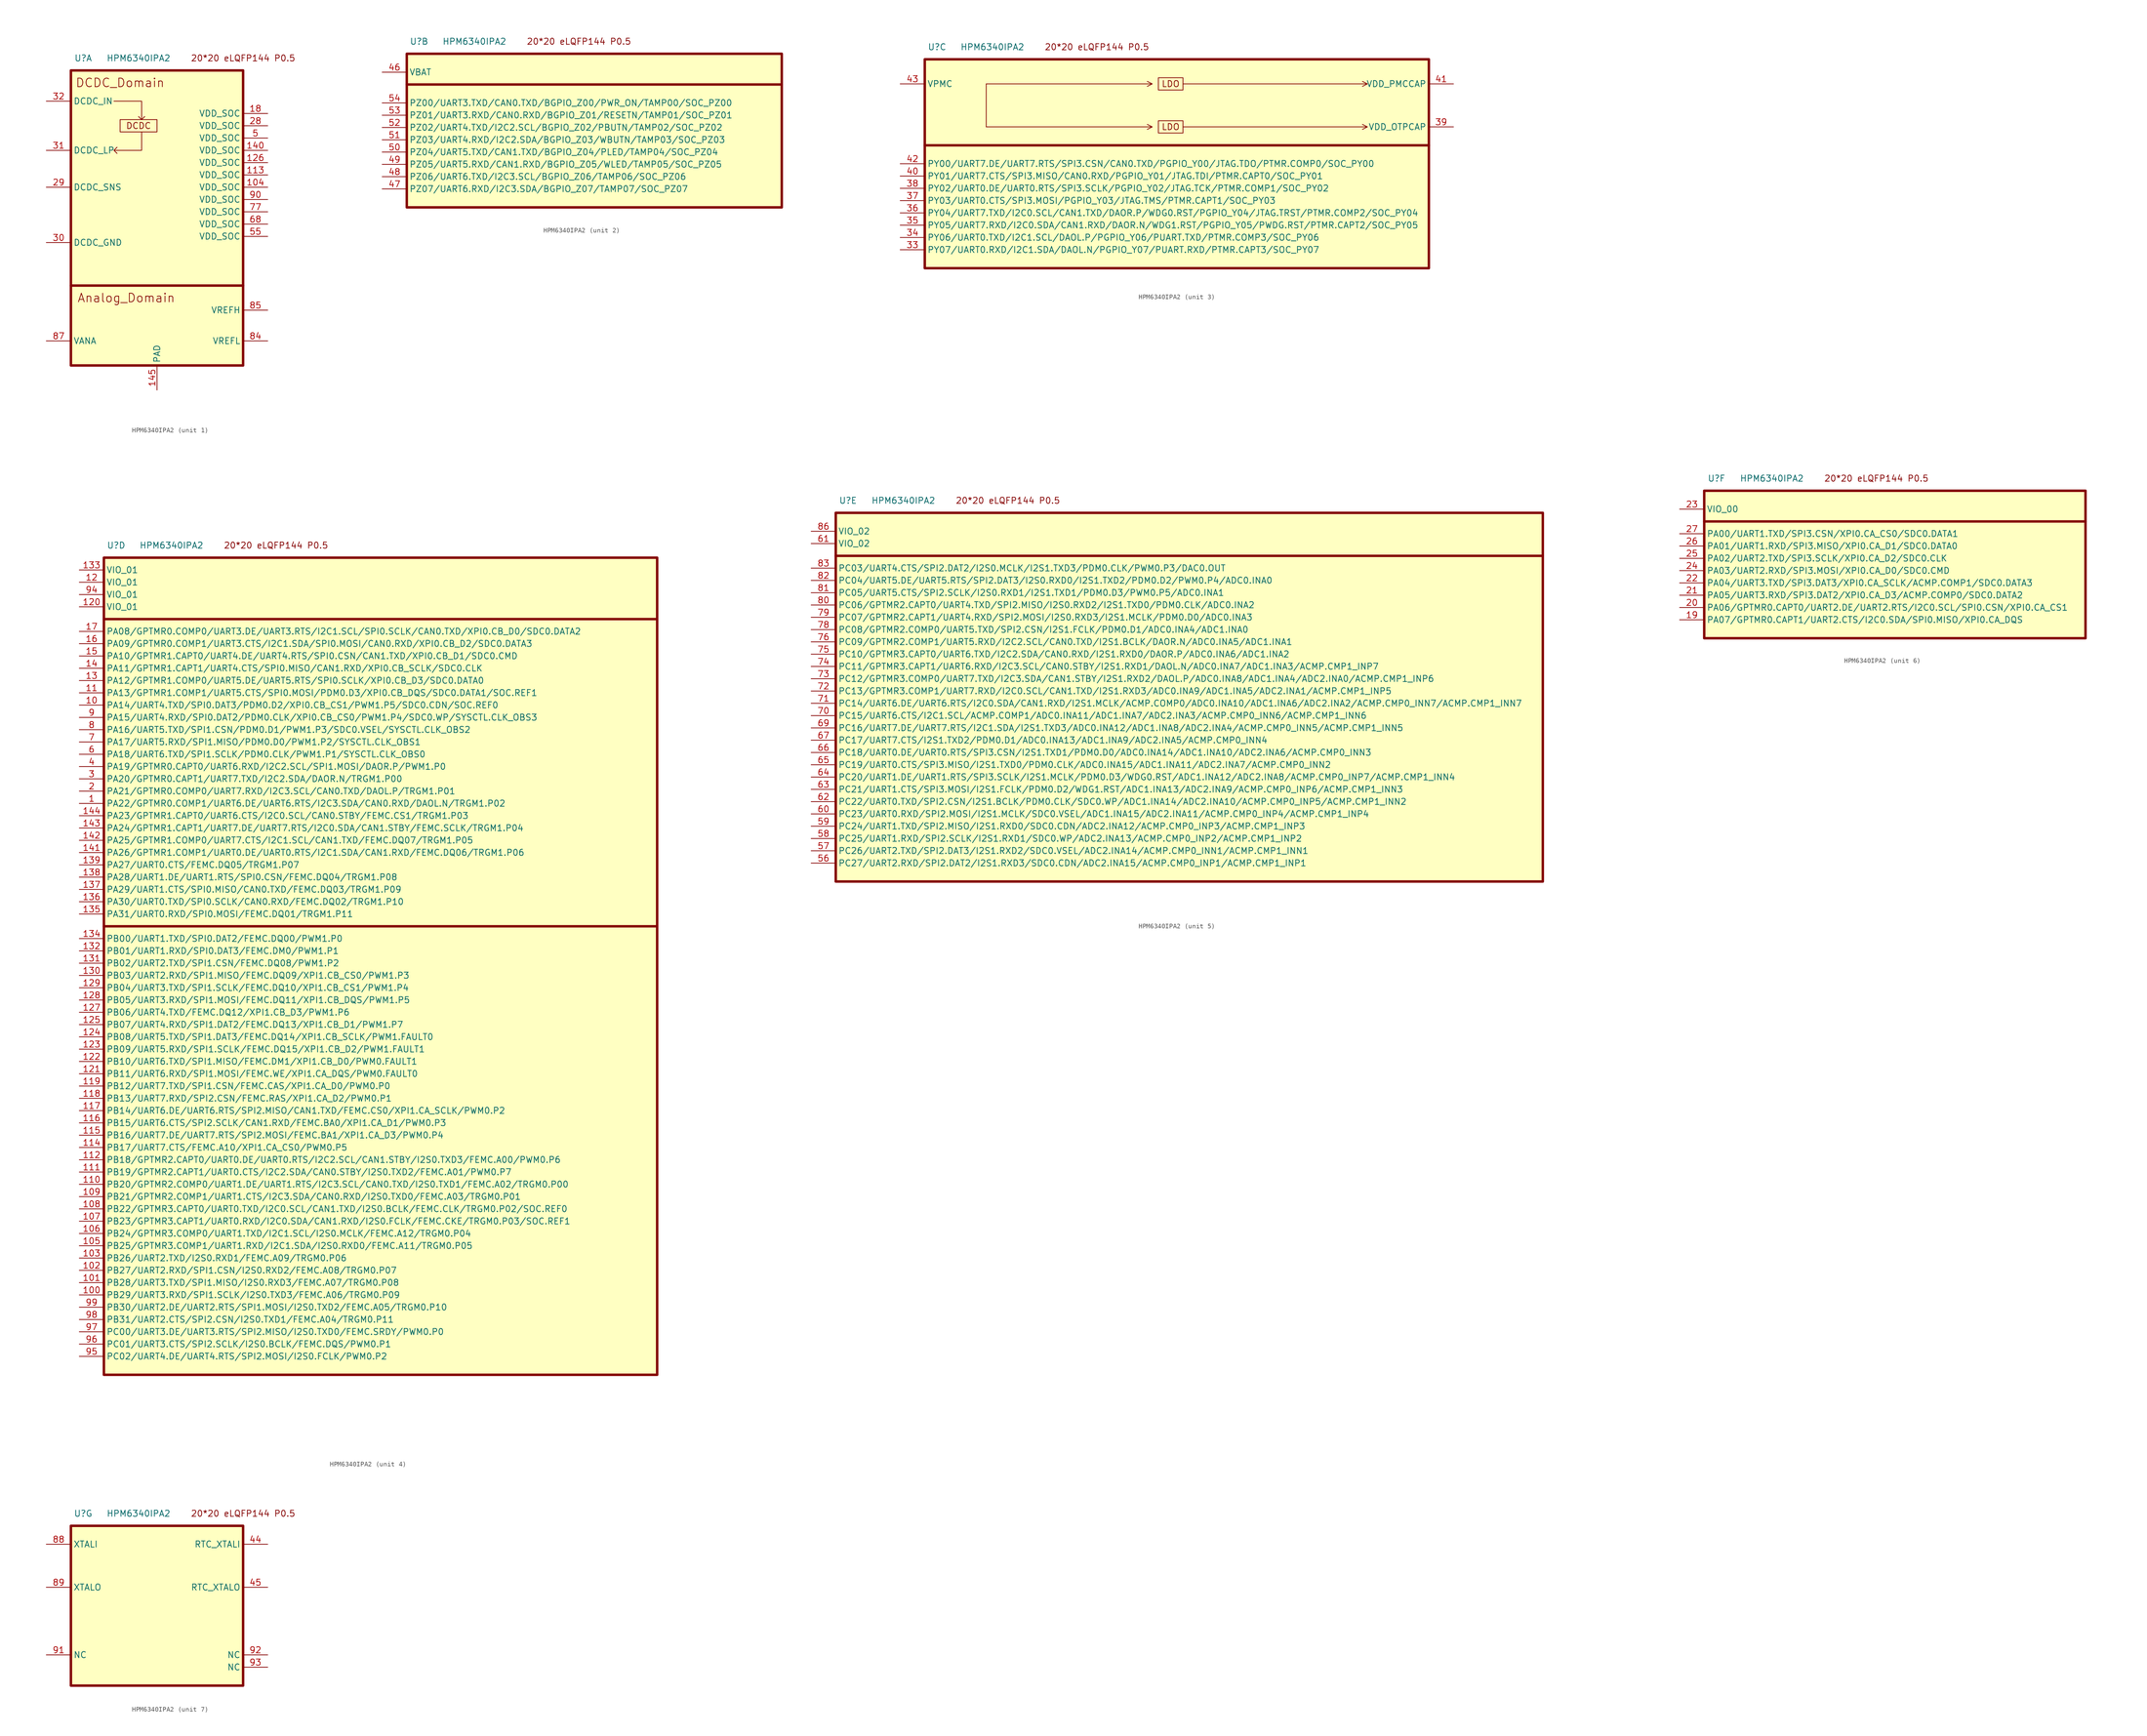
<source format=kicad_sym>
(kicad_symbol_lib
  (version 20220914)
  (generator kicad_symbol_editor)
  (symbol "HPM6340IPA2"
    (property "Reference" "U"
      (at 2.54 2.54 0)
      (effects (font (size 1.27 1.27))))
    (property "Value" "HPM6340IPA2"
      (at 13.97 2.54 0)
      (effects (font (size 1.27 1.27))))
    (property "ki_locked" ""
      (at 0 0 0)
      (effects (font (size 1.27 1.27))))
    (symbol "HPM6340IPA2_0_0"
      (text "20*20 eLQFP144 P0.5" (at 35.56 2.54 0) (effects (font (size 1.27 1.27)))))
    (symbol "HPM6340IPA2_1_1"
      (polyline (pts (xy 0 -44.45) (xy 35.56 -44.45)) (stroke (width 0.508) (type default)) (fill (type none)))
      (polyline (pts (xy 8.89 -6.35) (xy 14.605 -6.35) (xy 14.605 -10.16) (xy 13.97 -9.525) (xy 14.605 -10.16) (xy 15.24 -9.525)) (stroke (width 0) (type default)) (fill (type none)))
      (polyline (pts (xy 14.605 -12.7) (xy 14.605 -16.51) (xy 8.89 -16.51) (xy 9.525 -15.875) (xy 8.89 -16.51) (xy 9.525 -17.145)) (stroke (width 0) (type default)) (fill (type none)))
      (rectangle (start 0 0) (end 35.56 -60.96) (stroke (width 0.508) (type default)) (fill (type background)))
      (rectangle (start 10.16 -10.16) (end 17.78 -12.7) (stroke (width 0) (type default)) (fill (type none)))
      (text "Analog_Domain" (at 11.43 -46.99 0) (effects (font (size 1.778 1.778))))
      (text "DCDC" (at 13.97 -11.43 0) (effects (font (size 1.27 1.27))))
      (text "DCDC_Domain" (at 10.16 -2.54 0) (effects (font (size 1.778 1.778))))
      (pin power_in line (at 40.64 -24.13 180) (length 5.08) (name "VDD_SOC" (effects (font (size 1.27 1.27)))) (number "104" (effects (font (size 1.27 1.27)))))
      (pin power_in line (at 40.64 -21.59 180) (length 5.08) (name "VDD_SOC" (effects (font (size 1.27 1.27)))) (number "113" (effects (font (size 1.27 1.27)))))
      (pin power_in line (at 40.64 -19.05 180) (length 5.08) (name "VDD_SOC" (effects (font (size 1.27 1.27)))) (number "126" (effects (font (size 1.27 1.27)))))
      (pin power_in line (at 40.64 -16.51 180) (length 5.08) (name "VDD_SOC" (effects (font (size 1.27 1.27)))) (number "140" (effects (font (size 1.27 1.27)))))
      (pin power_out line (at 17.78 -66.04 90) (length 5.08) (name "PAD" (effects (font (size 1.27 1.27)))) (number "145" (effects (font (size 1.27 1.27)))))
      (pin power_in line (at 40.64 -8.89 180) (length 5.08) (name "VDD_SOC" (effects (font (size 1.27 1.27)))) (number "18" (effects (font (size 1.27 1.27)))))
      (pin power_in line (at 40.64 -11.43 180) (length 5.08) (name "VDD_SOC" (effects (font (size 1.27 1.27)))) (number "28" (effects (font (size 1.27 1.27)))))
      (pin input line (at -5.08 -24.13 0) (length 5.08) (name "DCDC_SNS" (effects (font (size 1.27 1.27)))) (number "29" (effects (font (size 1.27 1.27)))))
      (pin power_out line (at -5.08 -35.56 0) (length 5.08) (name "DCDC_GND" (effects (font (size 1.27 1.27)))) (number "30" (effects (font (size 1.27 1.27)))))
      (pin power_out line (at -5.08 -16.51 0) (length 5.08) (name "DCDC_LP" (effects (font (size 1.27 1.27)))) (number "31" (effects (font (size 1.27 1.27)))))
      (pin power_in line (at -5.08 -6.35 0) (length 5.08) (name "DCDC_IN" (effects (font (size 1.27 1.27)))) (number "32" (effects (font (size 1.27 1.27)))))
      (pin power_in line (at 40.64 -13.97 180) (length 5.08) (name "VDD_SOC" (effects (font (size 1.27 1.27)))) (number "5" (effects (font (size 1.27 1.27)))))
      (pin power_in line (at 40.64 -34.29 180) (length 5.08) (name "VDD_SOC" (effects (font (size 1.27 1.27)))) (number "55" (effects (font (size 1.27 1.27)))))
      (pin power_in line (at 40.64 -31.75 180) (length 5.08) (name "VDD_SOC" (effects (font (size 1.27 1.27)))) (number "68" (effects (font (size 1.27 1.27)))))
      (pin power_in line (at 40.64 -29.21 180) (length 5.08) (name "VDD_SOC" (effects (font (size 1.27 1.27)))) (number "77" (effects (font (size 1.27 1.27)))))
      (pin power_out line (at 40.64 -55.88 180) (length 5.08) (name "VREFL" (effects (font (size 1.27 1.27)))) (number "84" (effects (font (size 1.27 1.27)))))
      (pin power_in line (at 40.64 -49.53 180) (length 5.08) (name "VREFH" (effects (font (size 1.27 1.27)))) (number "85" (effects (font (size 1.27 1.27)))))
      (pin power_in line (at -5.08 -55.88 0) (length 5.08) (name "VANA" (effects (font (size 1.27 1.27)))) (number "87" (effects (font (size 1.27 1.27)))))
      (pin power_in line (at 40.64 -26.67 180) (length 5.08) (name "VDD_SOC" (effects (font (size 1.27 1.27)))) (number "90" (effects (font (size 1.27 1.27))))))
    (symbol "HPM6340IPA2_2_0"
      (polyline (pts (xy 0 -6.35) (xy 77.47 -6.35)) (stroke (width 0.5) (type default)) (fill (type none))))
    (symbol "HPM6340IPA2_2_1"
      (rectangle (start 0 0) (end 77.47 -31.75) (stroke (width 0.508) (type default)) (fill (type background)))
      (pin power_in line (at -5.08 -3.81 0) (length 5.08) (name "VBAT" (effects (font (size 1.27 1.27)))) (number "46" (effects (font (size 1.27 1.27)))))
      (pin bidirectional line (at -5.08 -27.94 0) (length 5.08) (name "PZ07/UART6.RXD/I2C3.SDA/BGPIO_Z07/TAMP07/SOC_PZ07" (effects (font (size 1.27 1.27)))) (number "47" (effects (font (size 1.27 1.27)))))
      (pin bidirectional line (at -5.08 -25.4 0) (length 5.08) (name "PZ06/UART6.TXD/I2C3.SCL/BGPIO_Z06/TAMP06/SOC_PZ06" (effects (font (size 1.27 1.27)))) (number "48" (effects (font (size 1.27 1.27)))))
      (pin bidirectional line (at -5.08 -22.86 0) (length 5.08) (name "PZ05/UART5.RXD/CAN1.RXD/BGPIO_Z05/WLED/TAMP05/SOC_PZ05" (effects (font (size 1.27 1.27)))) (number "49" (effects (font (size 1.27 1.27)))))
      (pin bidirectional line (at -5.08 -20.32 0) (length 5.08) (name "PZ04/UART5.TXD/CAN1.TXD/BGPIO_Z04/PLED/TAMP04/SOC_PZ04" (effects (font (size 1.27 1.27)))) (number "50" (effects (font (size 1.27 1.27)))))
      (pin bidirectional line (at -5.08 -17.78 0) (length 5.08) (name "PZ03/UART4.RXD/I2C2.SDA/BGPIO_Z03/WBUTN/TAMP03/SOC_PZ03" (effects (font (size 1.27 1.27)))) (number "51" (effects (font (size 1.27 1.27)))))
      (pin bidirectional line (at -5.08 -15.24 0) (length 5.08) (name "PZ02/UART4.TXD/I2C2.SCL/BGPIO_Z02/PBUTN/TAMP02/SOC_PZ02" (effects (font (size 1.27 1.27)))) (number "52" (effects (font (size 1.27 1.27)))))
      (pin bidirectional line (at -5.08 -12.7 0) (length 5.08) (name "PZ01/UART3.RXD/CAN0.RXD/BGPIO_Z01/RESETN/TAMP01/SOC_PZ01" (effects (font (size 1.27 1.27)))) (number "53" (effects (font (size 1.27 1.27)))))
      (pin bidirectional line (at -5.08 -10.16 0) (length 5.08) (name "PZ00/UART3.TXD/CAN0.TXD/BGPIO_Z00/PWR_ON/TAMP00/SOC_PZ00" (effects (font (size 1.27 1.27)))) (number "54" (effects (font (size 1.27 1.27))))))
    (symbol "HPM6340IPA2_3_0"
      (polyline (pts (xy 12.7 -13.97) (xy 46.99 -13.97) (xy 45.974 -13.462) (xy 46.99 -13.97) (xy 45.974 -14.478)) (stroke (width 0) (type default)) (fill (type none)))
      (polyline (pts (xy 12.7 -5.08) (xy 46.99 -5.08) (xy 45.974 -4.572) (xy 46.99 -5.08) (xy 45.974 -5.588)) (stroke (width 0) (type default)) (fill (type none)))
      (polyline (pts (xy 53.34 -13.97) (xy 91.44 -13.97) (xy 90.424 -13.462) (xy 91.44 -13.97) (xy 90.424 -14.478)) (stroke (width 0) (type default)) (fill (type none)))
      (polyline (pts (xy 53.34 -5.08) (xy 91.44 -5.08) (xy 90.424 -4.572) (xy 91.44 -5.08) (xy 90.424 -5.588)) (stroke (width 0) (type default)) (fill (type none))))
    (symbol "HPM6340IPA2_3_1"
      (polyline (pts (xy 0 -17.78) (xy 104.14 -17.78)) (stroke (width 0.508) (type default)) (fill (type none)))
      (polyline (pts (xy 12.7 -12.7) (xy 12.7 -5.08) (xy 12.7 -13.97)) (stroke (width 0) (type default)) (fill (type none)))
      (rectangle (start 0 0) (end 104.14 -43.18) (stroke (width 0.508) (type default)) (fill (type background)))
      (rectangle (start 48.26 -12.7) (end 53.34 -15.24) (stroke (width 0) (type default)) (fill (type none)))
      (rectangle (start 48.26 -3.81) (end 53.34 -6.35) (stroke (width 0) (type default)) (fill (type none)))
      (text "LDO" (at 50.8 -13.97 0) (effects (font (size 1.27 1.27))))
      (text "LDO" (at 50.8 -5.08 0) (effects (font (size 1.27 1.27))))
      (pin bidirectional line (at -5.08 -39.37 0) (length 5.08) (name "PY07/UART0.RXD/I2C1.SDA/DAOL.N/PGPIO_Y07/PUART.RXD/PTMR.CAPT3/SOC_PY07" (effects (font (size 1.27 1.27)))) (number "33" (effects (font (size 1.27 1.27)))))
      (pin bidirectional line (at -5.08 -36.83 0) (length 5.08) (name "PY06/UART0.TXD/I2C1.SCL/DAOL.P/PGPIO_Y06/PUART.TXD/PTMR.COMP3/SOC_PY06" (effects (font (size 1.27 1.27)))) (number "34" (effects (font (size 1.27 1.27)))))
      (pin bidirectional line (at -5.08 -34.29 0) (length 5.08) (name "PY05/UART7.RXD/I2C0.SDA/CAN1.RXD/DAOR.N/WDG1.RST/PGPIO_Y05/PWDG.RST/PTMR.CAPT2/SOC_PY05" (effects (font (size 1.27 1.27)))) (number "35" (effects (font (size 1.27 1.27)))))
      (pin bidirectional line (at -5.08 -31.75 0) (length 5.08) (name "PY04/UART7.TXD/I2C0.SCL/CAN1.TXD/DAOR.P/WDG0.RST/PGPIO_Y04/JTAG.TRST/PTMR.COMP2/SOC_PY04" (effects (font (size 1.27 1.27)))) (number "36" (effects (font (size 1.27 1.27)))))
      (pin bidirectional line (at -5.08 -29.21 0) (length 5.08) (name "PY03/UART0.CTS/SPI3.MOSI/PGPIO_Y03/JTAG.TMS/PTMR.CAPT1/SOC_PY03" (effects (font (size 1.27 1.27)))) (number "37" (effects (font (size 1.27 1.27)))))
      (pin bidirectional line (at -5.08 -26.67 0) (length 5.08) (name "PY02/UART0.DE/UART0.RTS/SPI3.SCLK/PGPIO_Y02/JTAG.TCK/PTMR.COMP1/SOC_PY02" (effects (font (size 1.27 1.27)))) (number "38" (effects (font (size 1.27 1.27)))))
      (pin power_out line (at 109.22 -13.97 180) (length 5.08) (name "VDD_OTPCAP" (effects (font (size 1.27 1.27)))) (number "39" (effects (font (size 1.27 1.27)))))
      (pin bidirectional line (at -5.08 -24.13 0) (length 5.08) (name "PY01/UART7.CTS/SPI3.MISO/CAN0.RXD/PGPIO_Y01/JTAG.TDI/PTMR.CAPT0/SOC_PY01" (effects (font (size 1.27 1.27)))) (number "40" (effects (font (size 1.27 1.27)))))
      (pin power_out line (at 109.22 -5.08 180) (length 5.08) (name "VDD_PMCCAP" (effects (font (size 1.27 1.27)))) (number "41" (effects (font (size 1.27 1.27)))))
      (pin bidirectional line (at -5.08 -21.59 0) (length 5.08) (name "PY00/UART7.DE/UART7.RTS/SPI3.CSN/CAN0.TXD/PGPIO_Y00/JTAG.TDO/PTMR.COMP0/SOC_PY00" (effects (font (size 1.27 1.27)))) (number "42" (effects (font (size 1.27 1.27)))))
      (pin power_in line (at -5.08 -5.08 0) (length 5.08) (name "VPMC" (effects (font (size 1.27 1.27)))) (number "43" (effects (font (size 1.27 1.27))))))
    (symbol "HPM6340IPA2_4_0"
      (polyline (pts (xy 0 -12.7) (xy 114.3 -12.7)) (stroke (width 0.5) (type default)) (fill (type none))))
    (symbol "HPM6340IPA2_4_1"
      (polyline (pts (xy 0 -76.2) (xy 114.3 -76.2)) (stroke (width 0.508) (type default)) (fill (type none)))
      (rectangle (start 0 0) (end 114.3 -168.91) (stroke (width 0.508) (type default)) (fill (type background)))
      (pin bidirectional line (at -5.08 -50.8 0) (length 5.08) (name "PA22/GPTMR0.COMP1/UART6.DE/UART6.RTS/I2C3.SDA/CAN0.RXD/DAOL.N/TRGM1.P02" (effects (font (size 1.27 1.27)))) (number "1" (effects (font (size 1.27 1.27)))))
      (pin bidirectional line (at -5.08 -30.48 0) (length 5.08) (name "PA14/UART4.TXD/SPI0.DAT3/PDM0.D2/XPI0.CB_CS1/PWM1.P5/SDC0.CDN/SOC.REF0" (effects (font (size 1.27 1.27)))) (number "10" (effects (font (size 1.27 1.27)))))
      (pin bidirectional line (at -5.08 -152.4 0) (length 5.08) (name "PB29/UART3.RXD/SPI1.SCLK/I2S0.TXD3/FEMC.A06/TRGM0.P09" (effects (font (size 1.27 1.27)))) (number "100" (effects (font (size 1.27 1.27)))))
      (pin bidirectional line (at -5.08 -149.86 0) (length 5.08) (name "PB28/UART3.TXD/SPI1.MISO/I2S0.RXD3/FEMC.A07/TRGM0.P08" (effects (font (size 1.27 1.27)))) (number "101" (effects (font (size 1.27 1.27)))))
      (pin bidirectional line (at -5.08 -147.32 0) (length 5.08) (name "PB27/UART2.RXD/SPI1.CSN/I2S0.RXD2/FEMC.A08/TRGM0.P07" (effects (font (size 1.27 1.27)))) (number "102" (effects (font (size 1.27 1.27)))))
      (pin bidirectional line (at -5.08 -144.78 0) (length 5.08) (name "PB26/UART2.TXD/I2S0.RXD1/FEMC.A09/TRGM0.P06" (effects (font (size 1.27 1.27)))) (number "103" (effects (font (size 1.27 1.27)))))
      (pin bidirectional line (at -5.08 -142.24 0) (length 5.08) (name "PB25/GPTMR3.COMP1/UART1.RXD/I2C1.SDA/I2S0.RXD0/FEMC.A11/TRGM0.P05" (effects (font (size 1.27 1.27)))) (number "105" (effects (font (size 1.27 1.27)))))
      (pin bidirectional line (at -5.08 -139.7 0) (length 5.08) (name "PB24/GPTMR3.COMP0/UART1.TXD/I2C1.SCL/I2S0.MCLK/FEMC.A12/TRGM0.P04" (effects (font (size 1.27 1.27)))) (number "106" (effects (font (size 1.27 1.27)))))
      (pin bidirectional line (at -5.08 -137.16 0) (length 5.08) (name "PB23/GPTMR3.CAPT1/UART0.RXD/I2C0.SDA/CAN1.RXD/I2S0.FCLK/FEMC.CKE/TRGM0.P03/SOC.REF1" (effects (font (size 1.27 1.27)))) (number "107" (effects (font (size 1.27 1.27)))))
      (pin bidirectional line (at -5.08 -134.62 0) (length 5.08) (name "PB22/GPTMR3.CAPT0/UART0.TXD/I2C0.SCL/CAN1.TXD/I2S0.BCLK/FEMC.CLK/TRGM0.P02/SOC.REF0" (effects (font (size 1.27 1.27)))) (number "108" (effects (font (size 1.27 1.27)))))
      (pin bidirectional line (at -5.08 -132.08 0) (length 5.08) (name "PB21/GPTMR2.COMP1/UART1.CTS/I2C3.SDA/CAN0.RXD/I2S0.TXD0/FEMC.A03/TRGM0.P01" (effects (font (size 1.27 1.27)))) (number "109" (effects (font (size 1.27 1.27)))))
      (pin bidirectional line (at -5.08 -27.94 0) (length 5.08) (name "PA13/GPTMR1.COMP1/UART5.CTS/SPI0.MOSI/PDM0.D3/XPI0.CB_DQS/SDC0.DATA1/SOC.REF1" (effects (font (size 1.27 1.27)))) (number "11" (effects (font (size 1.27 1.27)))))
      (pin bidirectional line (at -5.08 -129.54 0) (length 5.08) (name "PB20/GPTMR2.COMP0/UART1.DE/UART1.RTS/I2C3.SCL/CAN0.TXD/I2S0.TXD1/FEMC.A02/TRGM0.P00" (effects (font (size 1.27 1.27)))) (number "110" (effects (font (size 1.27 1.27)))))
      (pin bidirectional line (at -5.08 -127 0) (length 5.08) (name "PB19/GPTMR2.CAPT1/UART0.CTS/I2C2.SDA/CAN0.STBY/I2S0.TXD2/FEMC.A01/PWM0.P7" (effects (font (size 1.27 1.27)))) (number "111" (effects (font (size 1.27 1.27)))))
      (pin bidirectional line (at -5.08 -124.46 0) (length 5.08) (name "PB18/GPTMR2.CAPT0/UART0.DE/UART0.RTS/I2C2.SCL/CAN1.STBY/I2S0.TXD3/FEMC.A00/PWM0.P6" (effects (font (size 1.27 1.27)))) (number "112" (effects (font (size 1.27 1.27)))))
      (pin bidirectional line (at -5.08 -121.92 0) (length 5.08) (name "PB17/UART7.CTS/FEMC.A10/XPI1.CA_CS0/PWM0.P5" (effects (font (size 1.27 1.27)))) (number "114" (effects (font (size 1.27 1.27)))))
      (pin bidirectional line (at -5.08 -119.38 0) (length 5.08) (name "PB16/UART7.DE/UART7.RTS/SPI2.MOSI/FEMC.BA1/XPI1.CA_D3/PWM0.P4" (effects (font (size 1.27 1.27)))) (number "115" (effects (font (size 1.27 1.27)))))
      (pin bidirectional line (at -5.08 -116.84 0) (length 5.08) (name "PB15/UART6.CTS/SPI2.SCLK/CAN1.RXD/FEMC.BA0/XPI1.CA_D1/PWM0.P3" (effects (font (size 1.27 1.27)))) (number "116" (effects (font (size 1.27 1.27)))))
      (pin bidirectional line (at -5.08 -114.3 0) (length 5.08) (name "PB14/UART6.DE/UART6.RTS/SPI2.MISO/CAN1.TXD/FEMC.CS0/XPI1.CA_SCLK/PWM0.P2" (effects (font (size 1.27 1.27)))) (number "117" (effects (font (size 1.27 1.27)))))
      (pin bidirectional line (at -5.08 -111.76 0) (length 5.08) (name "PB13/UART7.RXD/SPI2.CSN/FEMC.RAS/XPI1.CA_D2/PWM0.P1" (effects (font (size 1.27 1.27)))) (number "118" (effects (font (size 1.27 1.27)))))
      (pin bidirectional line (at -5.08 -109.22 0) (length 5.08) (name "PB12/UART7.TXD/SPI1.CSN/FEMC.CAS/XPI1.CA_D0/PWM0.P0" (effects (font (size 1.27 1.27)))) (number "119" (effects (font (size 1.27 1.27)))))
      (pin power_in line (at -5.08 -5.08 0) (length 5.08) (name "VIO_01" (effects (font (size 1.27 1.27)))) (number "12" (effects (font (size 1.27 1.27)))))
      (pin power_in line (at -5.08 -10.16 0) (length 5.08) (name "VIO_01" (effects (font (size 1.27 1.27)))) (number "120" (effects (font (size 1.27 1.27)))))
      (pin bidirectional line (at -5.08 -106.68 0) (length 5.08) (name "PB11/UART6.RXD/SPI1.MOSI/FEMC.WE/XPI1.CA_DQS/PWM0.FAULT0" (effects (font (size 1.27 1.27)))) (number "121" (effects (font (size 1.27 1.27)))))
      (pin bidirectional line (at -5.08 -104.14 0) (length 5.08) (name "PB10/UART6.TXD/SPI1.MISO/FEMC.DM1/XPI1.CB_D0/PWM0.FAULT1" (effects (font (size 1.27 1.27)))) (number "122" (effects (font (size 1.27 1.27)))))
      (pin bidirectional line (at -5.08 -101.6 0) (length 5.08) (name "PB09/UART5.RXD/SPI1.SCLK/FEMC.DQ15/XPI1.CB_D2/PWM1.FAULT1" (effects (font (size 1.27 1.27)))) (number "123" (effects (font (size 1.27 1.27)))))
      (pin bidirectional line (at -5.08 -99.06 0) (length 5.08) (name "PB08/UART5.TXD/SPI1.DAT3/FEMC.DQ14/XPI1.CB_SCLK/PWM1.FAULT0" (effects (font (size 1.27 1.27)))) (number "124" (effects (font (size 1.27 1.27)))))
      (pin bidirectional line (at -5.08 -96.52 0) (length 5.08) (name "PB07/UART4.RXD/SPI1.DAT2/FEMC.DQ13/XPI1.CB_D1/PWM1.P7" (effects (font (size 1.27 1.27)))) (number "125" (effects (font (size 1.27 1.27)))))
      (pin bidirectional line (at -5.08 -93.98 0) (length 5.08) (name "PB06/UART4.TXD/FEMC.DQ12/XPI1.CB_D3/PWM1.P6" (effects (font (size 1.27 1.27)))) (number "127" (effects (font (size 1.27 1.27)))))
      (pin bidirectional line (at -5.08 -91.44 0) (length 5.08) (name "PB05/UART3.RXD/SPI1.MOSI/FEMC.DQ11/XPI1.CB_DQS/PWM1.P5" (effects (font (size 1.27 1.27)))) (number "128" (effects (font (size 1.27 1.27)))))
      (pin bidirectional line (at -5.08 -88.9 0) (length 5.08) (name "PB04/UART3.TXD/SPI1.SCLK/FEMC.DQ10/XPI1.CB_CS1/PWM1.P4" (effects (font (size 1.27 1.27)))) (number "129" (effects (font (size 1.27 1.27)))))
      (pin bidirectional line (at -5.08 -25.4 0) (length 5.08) (name "PA12/GPTMR1.COMP0/UART5.DE/UART5.RTS/SPI0.SCLK/XPI0.CB_D3/SDC0.DATA0" (effects (font (size 1.27 1.27)))) (number "13" (effects (font (size 1.27 1.27)))))
      (pin bidirectional line (at -5.08 -86.36 0) (length 5.08) (name "PB03/UART2.RXD/SPI1.MISO/FEMC.DQ09/XPI1.CB_CS0/PWM1.P3" (effects (font (size 1.27 1.27)))) (number "130" (effects (font (size 1.27 1.27)))))
      (pin bidirectional line (at -5.08 -83.82 0) (length 5.08) (name "PB02/UART2.TXD/SPI1.CSN/FEMC.DQ08/PWM1.P2" (effects (font (size 1.27 1.27)))) (number "131" (effects (font (size 1.27 1.27)))))
      (pin bidirectional line (at -5.08 -81.28 0) (length 5.08) (name "PB01/UART1.RXD/SPI0.DAT3/FEMC.DM0/PWM1.P1" (effects (font (size 1.27 1.27)))) (number "132" (effects (font (size 1.27 1.27)))))
      (pin power_in line (at -5.08 -2.54 0) (length 5.08) (name "VIO_01" (effects (font (size 1.27 1.27)))) (number "133" (effects (font (size 1.27 1.27)))))
      (pin bidirectional line (at -5.08 -78.74 0) (length 5.08) (name "PB00/UART1.TXD/SPI0.DAT2/FEMC.DQ00/PWM1.P0" (effects (font (size 1.27 1.27)))) (number "134" (effects (font (size 1.27 1.27)))))
      (pin bidirectional line (at -5.08 -73.66 0) (length 5.08) (name "PA31/UART0.RXD/SPI0.MOSI/FEMC.DQ01/TRGM1.P11" (effects (font (size 1.27 1.27)))) (number "135" (effects (font (size 1.27 1.27)))))
      (pin bidirectional line (at -5.08 -71.12 0) (length 5.08) (name "PA30/UART0.TXD/SPI0.SCLK/CAN0.RXD/FEMC.DQ02/TRGM1.P10" (effects (font (size 1.27 1.27)))) (number "136" (effects (font (size 1.27 1.27)))))
      (pin bidirectional line (at -5.08 -68.58 0) (length 5.08) (name "PA29/UART1.CTS/SPI0.MISO/CAN0.TXD/FEMC.DQ03/TRGM1.P09" (effects (font (size 1.27 1.27)))) (number "137" (effects (font (size 1.27 1.27)))))
      (pin bidirectional line (at -5.08 -66.04 0) (length 5.08) (name "PA28/UART1.DE/UART1.RTS/SPI0.CSN/FEMC.DQ04/TRGM1.P08" (effects (font (size 1.27 1.27)))) (number "138" (effects (font (size 1.27 1.27)))))
      (pin bidirectional line (at -5.08 -63.5 0) (length 5.08) (name "PA27/UART0.CTS/FEMC.DQ05/TRGM1.P07" (effects (font (size 1.27 1.27)))) (number "139" (effects (font (size 1.27 1.27)))))
      (pin bidirectional line (at -5.08 -22.86 0) (length 5.08) (name "PA11/GPTMR1.CAPT1/UART4.CTS/SPI0.MISO/CAN1.RXD/XPI0.CB_SCLK/SDC0.CLK" (effects (font (size 1.27 1.27)))) (number "14" (effects (font (size 1.27 1.27)))))
      (pin bidirectional line (at -5.08 -60.96 0) (length 5.08) (name "PA26/GPTMR1.COMP1/UART0.DE/UART0.RTS/I2C1.SDA/CAN1.RXD/FEMC.DQ06/TRGM1.P06" (effects (font (size 1.27 1.27)))) (number "141" (effects (font (size 1.27 1.27)))))
      (pin bidirectional line (at -5.08 -58.42 0) (length 5.08) (name "PA25/GPTMR1.COMP0/UART7.CTS/I2C1.SCL/CAN1.TXD/FEMC.DQ07/TRGM1.P05" (effects (font (size 1.27 1.27)))) (number "142" (effects (font (size 1.27 1.27)))))
      (pin bidirectional line (at -5.08 -55.88 0) (length 5.08) (name "PA24/GPTMR1.CAPT1/UART7.DE/UART7.RTS/I2C0.SDA/CAN1.STBY/FEMC.SCLK/TRGM1.P04" (effects (font (size 1.27 1.27)))) (number "143" (effects (font (size 1.27 1.27)))))
      (pin bidirectional line (at -5.08 -53.34 0) (length 5.08) (name "PA23/GPTMR1.CAPT0/UART6.CTS/I2C0.SCL/CAN0.STBY/FEMC.CS1/TRGM1.P03" (effects (font (size 1.27 1.27)))) (number "144" (effects (font (size 1.27 1.27)))))
      (pin bidirectional line (at -5.08 -20.32 0) (length 5.08) (name "PA10/GPTMR1.CAPT0/UART4.DE/UART4.RTS/SPI0.CSN/CAN1.TXD/XPI0.CB_D1/SDC0.CMD" (effects (font (size 1.27 1.27)))) (number "15" (effects (font (size 1.27 1.27)))))
      (pin bidirectional line (at -5.08 -17.78 0) (length 5.08) (name "PA09/GPTMR0.COMP1/UART3.CTS/I2C1.SDA/SPI0.MOSI/CAN0.RXD/XPI0.CB_D2/SDC0.DATA3" (effects (font (size 1.27 1.27)))) (number "16" (effects (font (size 1.27 1.27)))))
      (pin bidirectional line (at -5.08 -15.24 0) (length 5.08) (name "PA08/GPTMR0.COMP0/UART3.DE/UART3.RTS/I2C1.SCL/SPI0.SCLK/CAN0.TXD/XPI0.CB_D0/SDC0.DATA2" (effects (font (size 1.27 1.27)))) (number "17" (effects (font (size 1.27 1.27)))))
      (pin bidirectional line (at -5.08 -48.26 0) (length 5.08) (name "PA21/GPTMR0.COMP0/UART7.RXD/I2C3.SCL/CAN0.TXD/DAOL.P/TRGM1.P01" (effects (font (size 1.27 1.27)))) (number "2" (effects (font (size 1.27 1.27)))))
      (pin bidirectional line (at -5.08 -45.72 0) (length 5.08) (name "PA20/GPTMR0.CAPT1/UART7.TXD/I2C2.SDA/DAOR.N/TRGM1.P00" (effects (font (size 1.27 1.27)))) (number "3" (effects (font (size 1.27 1.27)))))
      (pin bidirectional line (at -5.08 -43.18 0) (length 5.08) (name "PA19/GPTMR0.CAPT0/UART6.RXD/I2C2.SCL/SPI1.MOSI/DAOR.P/PWM1.P0" (effects (font (size 1.27 1.27)))) (number "4" (effects (font (size 1.27 1.27)))))
      (pin bidirectional line (at -5.08 -40.64 0) (length 5.08) (name "PA18/UART6.TXD/SPI1.SCLK/PDM0.CLK/PWM1.P1/SYSCTL.CLK_OBS0" (effects (font (size 1.27 1.27)))) (number "6" (effects (font (size 1.27 1.27)))))
      (pin bidirectional line (at -5.08 -38.1 0) (length 5.08) (name "PA17/UART5.RXD/SPI1.MISO/PDM0.D0/PWM1.P2/SYSCTL.CLK_OBS1" (effects (font (size 1.27 1.27)))) (number "7" (effects (font (size 1.27 1.27)))))
      (pin bidirectional line (at -5.08 -35.56 0) (length 5.08) (name "PA16/UART5.TXD/SPI1.CSN/PDM0.D1/PWM1.P3/SDC0.VSEL/SYSCTL.CLK_OBS2" (effects (font (size 1.27 1.27)))) (number "8" (effects (font (size 1.27 1.27)))))
      (pin bidirectional line (at -5.08 -33.02 0) (length 5.08) (name "PA15/UART4.RXD/SPI0.DAT2/PDM0.CLK/XPI0.CB_CS0/PWM1.P4/SDC0.WP/SYSCTL.CLK_OBS3" (effects (font (size 1.27 1.27)))) (number "9" (effects (font (size 1.27 1.27)))))
      (pin power_in line (at -5.08 -7.62 0) (length 5.08) (name "VIO_01" (effects (font (size 1.27 1.27)))) (number "94" (effects (font (size 1.27 1.27)))))
      (pin bidirectional line (at -5.08 -165.1 0) (length 5.08) (name "PC02/UART4.DE/UART4.RTS/SPI2.MOSI/I2S0.FCLK/PWM0.P2" (effects (font (size 1.27 1.27)))) (number "95" (effects (font (size 1.27 1.27)))))
      (pin bidirectional line (at -5.08 -162.56 0) (length 5.08) (name "PC01/UART3.CTS/SPI2.SCLK/I2S0.BCLK/FEMC.DQS/PWM0.P1" (effects (font (size 1.27 1.27)))) (number "96" (effects (font (size 1.27 1.27)))))
      (pin bidirectional line (at -5.08 -160.02 0) (length 5.08) (name "PC00/UART3.DE/UART3.RTS/SPI2.MISO/I2S0.TXD0/FEMC.SRDY/PWM0.P0" (effects (font (size 1.27 1.27)))) (number "97" (effects (font (size 1.27 1.27)))))
      (pin bidirectional line (at -5.08 -157.48 0) (length 5.08) (name "PB31/UART2.CTS/SPI2.CSN/I2S0.TXD1/FEMC.A04/TRGM0.P11" (effects (font (size 1.27 1.27)))) (number "98" (effects (font (size 1.27 1.27)))))
      (pin bidirectional line (at -5.08 -154.94 0) (length 5.08) (name "PB30/UART2.DE/UART2.RTS/SPI1.MOSI/I2S0.TXD2/FEMC.A05/TRGM0.P10" (effects (font (size 1.27 1.27)))) (number "99" (effects (font (size 1.27 1.27))))))
    (symbol "HPM6340IPA2_5_0"
      (polyline (pts (xy 0 -8.89) (xy 146.05 -8.89)) (stroke (width 0.5) (type default)) (fill (type none))))
    (symbol "HPM6340IPA2_5_1"
      (rectangle (start 0 0) (end 146.05 -76.2) (stroke (width 0.508) (type default)) (fill (type background)))
      (pin bidirectional line (at -5.08 -72.39 0) (length 5.08) (name "PC27/UART2.RXD/SPI2.DAT2/I2S1.RXD3/SDC0.CDN/ADC2.INA15/ACMP.CMP0_INP1/ACMP.CMP1_INP1" (effects (font (size 1.27 1.27)))) (number "56" (effects (font (size 1.27 1.27)))))
      (pin bidirectional line (at -5.08 -69.85 0) (length 5.08) (name "PC26/UART2.TXD/SPI2.DAT3/I2S1.RXD2/SDC0.VSEL/ADC2.INA14/ACMP.CMP0_INN1/ACMP.CMP1_INN1" (effects (font (size 1.27 1.27)))) (number "57" (effects (font (size 1.27 1.27)))))
      (pin bidirectional line (at -5.08 -67.31 0) (length 5.08) (name "PC25/UART1.RXD/SPI2.SCLK/I2S1.RXD1/SDC0.WP/ADC2.INA13/ACMP.CMP0_INP2/ACMP.CMP1_INP2" (effects (font (size 1.27 1.27)))) (number "58" (effects (font (size 1.27 1.27)))))
      (pin bidirectional line (at -5.08 -64.77 0) (length 5.08) (name "PC24/UART1.TXD/SPI2.MISO/I2S1.RXD0/SDC0.CDN/ADC2.INA12/ACMP.CMP0_INP3/ACMP.CMP1_INP3" (effects (font (size 1.27 1.27)))) (number "59" (effects (font (size 1.27 1.27)))))
      (pin bidirectional line (at -5.08 -62.23 0) (length 5.08) (name "PC23/UART0.RXD/SPI2.MOSI/I2S1.MCLK/SDC0.VSEL/ADC1.INA15/ADC2.INA11/ACMP.CMP0_INP4/ACMP.CMP1_INP4" (effects (font (size 1.27 1.27)))) (number "60" (effects (font (size 1.27 1.27)))))
      (pin power_in line (at -5.08 -6.35 0) (length 5.08) (name "VIO_02" (effects (font (size 1.27 1.27)))) (number "61" (effects (font (size 1.27 1.27)))))
      (pin bidirectional line (at -5.08 -59.69 0) (length 5.08) (name "PC22/UART0.TXD/SPI2.CSN/I2S1.BCLK/PDM0.CLK/SDC0.WP/ADC1.INA14/ADC2.INA10/ACMP.CMP0_INP5/ACMP.CMP1_INN2" (effects (font (size 1.27 1.27)))) (number "62" (effects (font (size 1.27 1.27)))))
      (pin bidirectional line (at -5.08 -57.15 0) (length 5.08) (name "PC21/UART1.CTS/SPI3.MOSI/I2S1.FCLK/PDM0.D2/WDG1.RST/ADC1.INA13/ADC2.INA9/ACMP.CMP0_INP6/ACMP.CMP1_INN3" (effects (font (size 1.27 1.27)))) (number "63" (effects (font (size 1.27 1.27)))))
      (pin bidirectional line (at -5.08 -54.61 0) (length 5.08) (name "PC20/UART1.DE/UART1.RTS/SPI3.SCLK/I2S1.MCLK/PDM0.D3/WDG0.RST/ADC1.INA12/ADC2.INA8/ACMP.CMP0_INP7/ACMP.CMP1_INN4" (effects (font (size 1.27 1.27)))) (number "64" (effects (font (size 1.27 1.27)))))
      (pin bidirectional line (at -5.08 -52.07 0) (length 5.08) (name "PC19/UART0.CTS/SPI3.MISO/I2S1.TXD0/PDM0.CLK/ADC0.INA15/ADC1.INA11/ADC2.INA7/ACMP.CMP0_INN2" (effects (font (size 1.27 1.27)))) (number "65" (effects (font (size 1.27 1.27)))))
      (pin bidirectional line (at -5.08 -49.53 0) (length 5.08) (name "PC18/UART0.DE/UART0.RTS/SPI3.CSN/I2S1.TXD1/PDM0.D0/ADC0.INA14/ADC1.INA10/ADC2.INA6/ACMP.CMP0_INN3" (effects (font (size 1.27 1.27)))) (number "66" (effects (font (size 1.27 1.27)))))
      (pin bidirectional line (at -5.08 -46.99 0) (length 5.08) (name "PC17/UART7.CTS/I2S1.TXD2/PDM0.D1/ADC0.INA13/ADC1.INA9/ADC2.INA5/ACMP.CMP0_INN4" (effects (font (size 1.27 1.27)))) (number "67" (effects (font (size 1.27 1.27)))))
      (pin bidirectional line (at -5.08 -44.45 0) (length 5.08) (name "PC16/UART7.DE/UART7.RTS/I2C1.SDA/I2S1.TXD3/ADC0.INA12/ADC1.INA8/ADC2.INA4/ACMP.CMP0_INN5/ACMP.CMP1_INN5" (effects (font (size 1.27 1.27)))) (number "69" (effects (font (size 1.27 1.27)))))
      (pin bidirectional line (at -5.08 -41.91 0) (length 5.08) (name "PC15/UART6.CTS/I2C1.SCL/ACMP.COMP1/ADC0.INA11/ADC1.INA7/ADC2.INA3/ACMP.CMP0_INN6/ACMP.CMP1_INN6" (effects (font (size 1.27 1.27)))) (number "70" (effects (font (size 1.27 1.27)))))
      (pin bidirectional line (at -5.08 -39.37 0) (length 5.08) (name "PC14/UART6.DE/UART6.RTS/I2C0.SDA/CAN1.RXD/I2S1.MCLK/ACMP.COMP0/ADC0.INA10/ADC1.INA6/ADC2.INA2/ACMP.CMP0_INN7/ACMP.CMP1_INN7" (effects (font (size 1.27 1.27)))) (number "71" (effects (font (size 1.27 1.27)))))
      (pin bidirectional line (at -5.08 -36.83 0) (length 5.08) (name "PC13/GPTMR3.COMP1/UART7.RXD/I2C0.SCL/CAN1.TXD/I2S1.RXD3/ADC0.INA9/ADC1.INA5/ADC2.INA1/ACMP.CMP1_INP5" (effects (font (size 1.27 1.27)))) (number "72" (effects (font (size 1.27 1.27)))))
      (pin bidirectional line (at -5.08 -34.29 0) (length 5.08) (name "PC12/GPTMR3.COMP0/UART7.TXD/I2C3.SDA/CAN1.STBY/I2S1.RXD2/DAOL.P/ADC0.INA8/ADC1.INA4/ADC2.INA0/ACMP.CMP1_INP6" (effects (font (size 1.27 1.27)))) (number "73" (effects (font (size 1.27 1.27)))))
      (pin bidirectional line (at -5.08 -31.75 0) (length 5.08) (name "PC11/GPTMR3.CAPT1/UART6.RXD/I2C3.SCL/CAN0.STBY/I2S1.RXD1/DAOL.N/ADC0.INA7/ADC1.INA3/ACMP.CMP1_INP7" (effects (font (size 1.27 1.27)))) (number "74" (effects (font (size 1.27 1.27)))))
      (pin bidirectional line (at -5.08 -29.21 0) (length 5.08) (name "PC10/GPTMR3.CAPT0/UART6.TXD/I2C2.SDA/CAN0.RXD/I2S1.RXD0/DAOR.P/ADC0.INA6/ADC1.INA2" (effects (font (size 1.27 1.27)))) (number "75" (effects (font (size 1.27 1.27)))))
      (pin bidirectional line (at -5.08 -26.67 0) (length 5.08) (name "PC09/GPTMR2.COMP1/UART5.RXD/I2C2.SCL/CAN0.TXD/I2S1.BCLK/DAOR.N/ADC0.INA5/ADC1.INA1" (effects (font (size 1.27 1.27)))) (number "76" (effects (font (size 1.27 1.27)))))
      (pin bidirectional line (at -5.08 -24.13 0) (length 5.08) (name "PC08/GPTMR2.COMP0/UART5.TXD/SPI2.CSN/I2S1.FCLK/PDM0.D1/ADC0.INA4/ADC1.INA0" (effects (font (size 1.27 1.27)))) (number "78" (effects (font (size 1.27 1.27)))))
      (pin bidirectional line (at -5.08 -21.59 0) (length 5.08) (name "PC07/GPTMR2.CAPT1/UART4.RXD/SPI2.MOSI/I2S0.RXD3/I2S1.MCLK/PDM0.D0/ADC0.INA3" (effects (font (size 1.27 1.27)))) (number "79" (effects (font (size 1.27 1.27)))))
      (pin bidirectional line (at -5.08 -19.05 0) (length 5.08) (name "PC06/GPTMR2.CAPT0/UART4.TXD/SPI2.MISO/I2S0.RXD2/I2S1.TXD0/PDM0.CLK/ADC0.INA2" (effects (font (size 1.27 1.27)))) (number "80" (effects (font (size 1.27 1.27)))))
      (pin bidirectional line (at -5.08 -16.51 0) (length 5.08) (name "PC05/UART5.CTS/SPI2.SCLK/I2S0.RXD1/I2S1.TXD1/PDM0.D3/PWM0.P5/ADC0.INA1" (effects (font (size 1.27 1.27)))) (number "81" (effects (font (size 1.27 1.27)))))
      (pin bidirectional line (at -5.08 -13.97 0) (length 5.08) (name "PC04/UART5.DE/UART5.RTS/SPI2.DAT3/I2S0.RXD0/I2S1.TXD2/PDM0.D2/PWM0.P4/ADC0.INA0" (effects (font (size 1.27 1.27)))) (number "82" (effects (font (size 1.27 1.27)))))
      (pin bidirectional line (at -5.08 -11.43 0) (length 5.08) (name "PC03/UART4.CTS/SPI2.DAT2/I2S0.MCLK/I2S1.TXD3/PDM0.CLK/PWM0.P3/DAC0.OUT" (effects (font (size 1.27 1.27)))) (number "83" (effects (font (size 1.27 1.27)))))
      (pin power_in line (at -5.08 -3.81 0) (length 5.08) (name "VIO_02" (effects (font (size 1.27 1.27)))) (number "86" (effects (font (size 1.27 1.27))))))
    (symbol "HPM6340IPA2_6_0"
      (polyline (pts (xy 0 -6.35) (xy 78.74 -6.35)) (stroke (width 0.5) (type default)) (fill (type none))))
    (symbol "HPM6340IPA2_6_1"
      (rectangle (start 0 0) (end 78.74 -30.48) (stroke (width 0.508) (type default)) (fill (type background)))
      (pin bidirectional line (at -5.08 -26.67 0) (length 5.08) (name "PA07/GPTMR0.CAPT1/UART2.CTS/I2C0.SDA/SPI0.MISO/XPI0.CA_DQS" (effects (font (size 1.27 1.27)))) (number "19" (effects (font (size 1.27 1.27)))))
      (pin bidirectional line (at -5.08 -24.13 0) (length 5.08) (name "PA06/GPTMR0.CAPT0/UART2.DE/UART2.RTS/I2C0.SCL/SPI0.CSN/XPI0.CA_CS1" (effects (font (size 1.27 1.27)))) (number "20" (effects (font (size 1.27 1.27)))))
      (pin bidirectional line (at -5.08 -21.59 0) (length 5.08) (name "PA05/UART3.RXD/SPI3.DAT2/XPI0.CA_D3/ACMP.COMP0/SDC0.DATA2" (effects (font (size 1.27 1.27)))) (number "21" (effects (font (size 1.27 1.27)))))
      (pin bidirectional line (at -5.08 -19.05 0) (length 5.08) (name "PA04/UART3.TXD/SPI3.DAT3/XPI0.CA_SCLK/ACMP.COMP1/SDC0.DATA3" (effects (font (size 1.27 1.27)))) (number "22" (effects (font (size 1.27 1.27)))))
      (pin power_in line (at -5.08 -3.81 0) (length 5.08) (name "VIO_00" (effects (font (size 1.27 1.27)))) (number "23" (effects (font (size 1.27 1.27)))))
      (pin bidirectional line (at -5.08 -16.51 0) (length 5.08) (name "PA03/UART2.RXD/SPI3.MOSI/XPI0.CA_D0/SDC0.CMD" (effects (font (size 1.27 1.27)))) (number "24" (effects (font (size 1.27 1.27)))))
      (pin bidirectional line (at -5.08 -13.97 0) (length 5.08) (name "PA02/UART2.TXD/SPI3.SCLK/XPI0.CA_D2/SDC0.CLK" (effects (font (size 1.27 1.27)))) (number "25" (effects (font (size 1.27 1.27)))))
      (pin bidirectional line (at -5.08 -11.43 0) (length 5.08) (name "PA01/UART1.RXD/SPI3.MISO/XPI0.CA_D1/SDC0.DATA0" (effects (font (size 1.27 1.27)))) (number "26" (effects (font (size 1.27 1.27)))))
      (pin bidirectional line (at -5.08 -8.89 0) (length 5.08) (name "PA00/UART1.TXD/SPI3.CSN/XPI0.CA_CS0/SDC0.DATA1" (effects (font (size 1.27 1.27)))) (number "27" (effects (font (size 1.27 1.27))))))
    (symbol "HPM6340IPA2_7_1"
      (rectangle (start 0 0) (end 35.56 -33.02) (stroke (width 0.508) (type default)) (fill (type background)))
      (pin output line (at 40.64 -3.81 180) (length 5.08) (name "RTC_XTALI" (effects (font (size 1.27 1.27)))) (number "44" (effects (font (size 1.27 1.27)))))
      (pin input line (at 40.64 -12.7 180) (length 5.08) (name "RTC_XTALO" (effects (font (size 1.27 1.27)))) (number "45" (effects (font (size 1.27 1.27)))))
      (pin input line (at -5.08 -3.81 0) (length 5.08) (name "XTALI" (effects (font (size 1.27 1.27)))) (number "88" (effects (font (size 1.27 1.27)))))
      (pin output line (at -5.08 -12.7 0) (length 5.08) (name "XTALO" (effects (font (size 1.27 1.27)))) (number "89" (effects (font (size 1.27 1.27)))))
      (pin power_in line (at -5.08 -26.67 0) (length 5.08) (name "NC" (effects (font (size 1.27 1.27)))) (number "91" (effects (font (size 1.27 1.27)))))
      (pin bidirectional line (at 40.64 -26.67 180) (length 5.08) (name "NC" (effects (font (size 1.27 1.27)))) (number "92" (effects (font (size 1.27 1.27)))))
      (pin bidirectional line (at 40.64 -29.21 180) (length 5.08) (name "NC" (effects (font (size 1.27 1.27)))) (number "93" (effects (font (size 1.27 1.27))))))))
</source>
